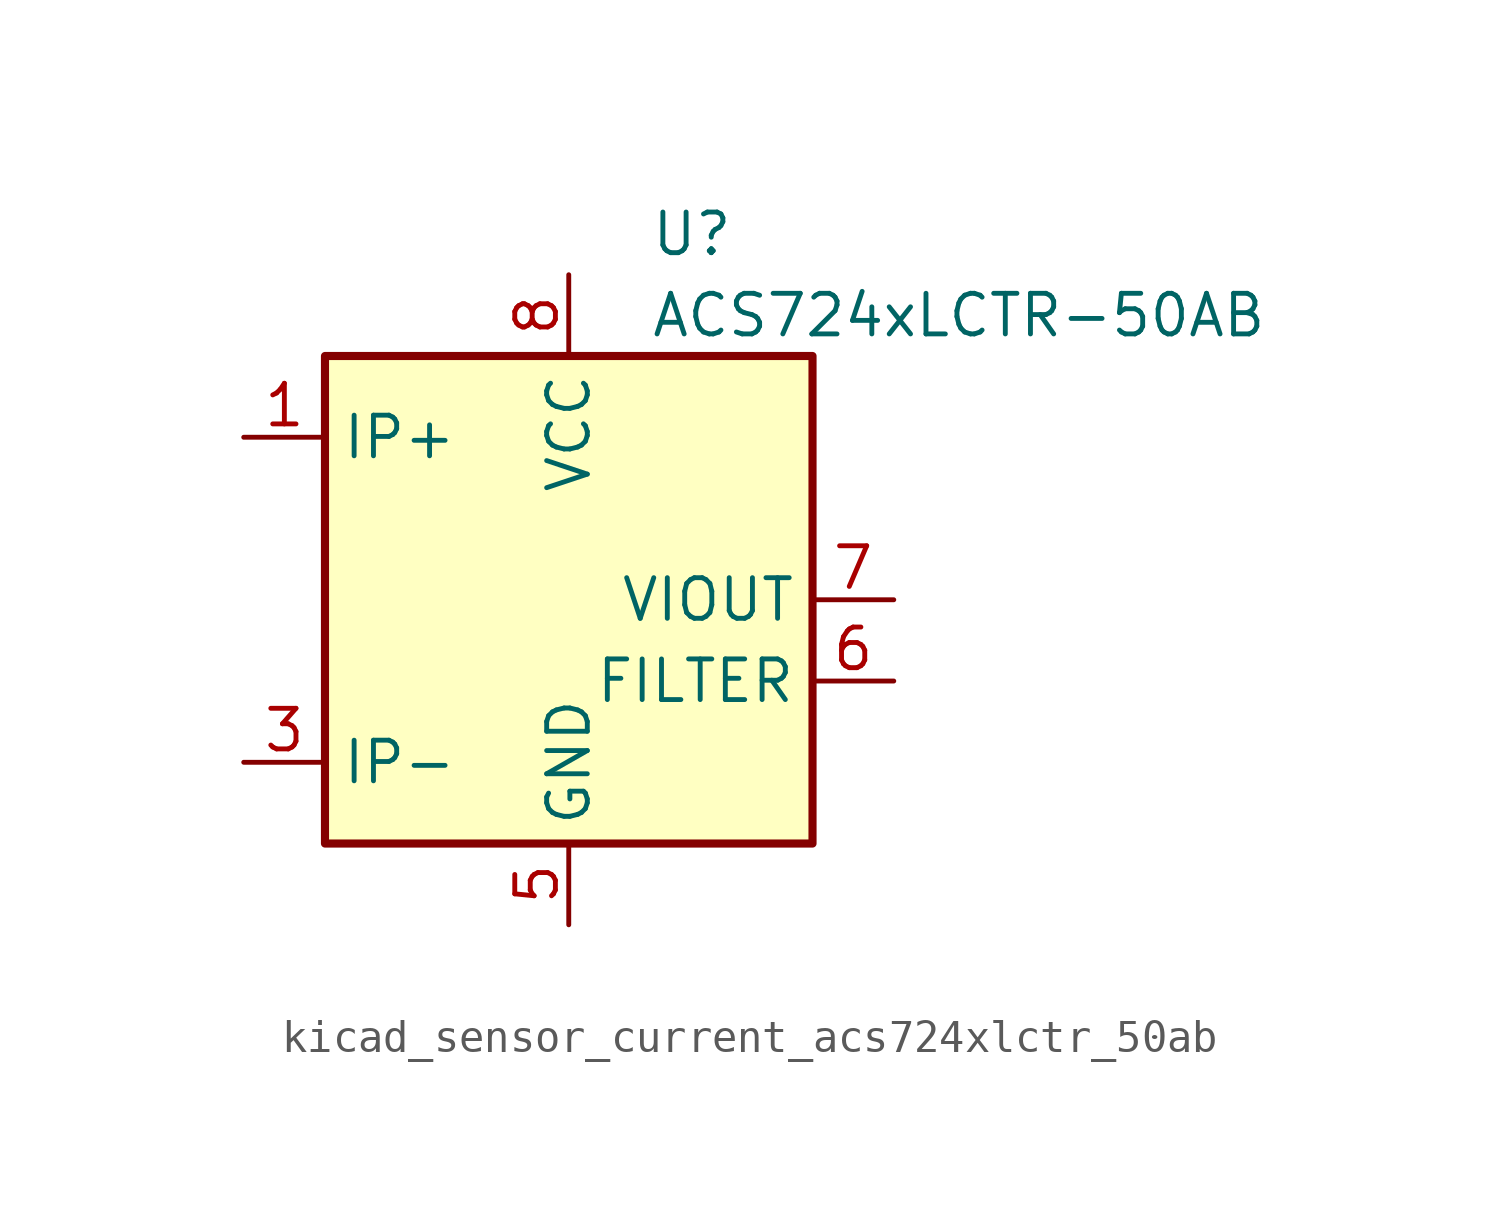
<source format=kicad_sym>
(kicad_symbol_lib
  (version 20220914)
  (generator kicad_symbol_editor)
  (symbol "kicad_sensor_current_acs724xlctr_50ab"
    (property "Reference" "U"
      (at 2.54 11.43 0)
      (effects (font (size 1.27 1.27)) (justify left)))
    (property "Value" "ACS724xLCTR-50AB"
      (at 2.54 8.89 0)
      (effects (font (size 1.27 1.27)) (justify left)))
    (symbol "kicad_sensor_current_acs724xlctr_50ab_0_1"
      (rectangle (start -7.62 7.62) (end 7.62 -7.62) (stroke (width 0.254) (type default)) (fill (type background))))
    (symbol "kicad_sensor_current_acs724xlctr_50ab_1_1"
      (pin passive line (at -10.16 5.08 0) (length 2.54) (name "IP+" (effects (font (size 1.27 1.27)))) (number "1" (effects (font (size 1.27 1.27)))))
      (pin passive line (at -10.16 5.08 0) (length 2.54) hide (name "IP+" (effects (font (size 1.27 1.27)))) (number "2" (effects (font (size 1.27 1.27)))))
      (pin passive line (at -10.16 -5.08 0) (length 2.54) (name "IP-" (effects (font (size 1.27 1.27)))) (number "3" (effects (font (size 1.27 1.27)))))
      (pin passive line (at -10.16 -5.08 0) (length 2.54) hide (name "IP-" (effects (font (size 1.27 1.27)))) (number "4" (effects (font (size 1.27 1.27)))))
      (pin power_in line (at 0 -10.16 90) (length 2.54) (name "GND" (effects (font (size 1.27 1.27)))) (number "5" (effects (font (size 1.27 1.27)))))
      (pin passive line (at 10.16 -2.54 180) (length 2.54) (name "FILTER" (effects (font (size 1.27 1.27)))) (number "6" (effects (font (size 1.27 1.27)))))
      (pin output line (at 10.16 0 180) (length 2.54) (name "VIOUT" (effects (font (size 1.27 1.27)))) (number "7" (effects (font (size 1.27 1.27)))))
      (pin power_in line (at 0 10.16 270) (length 2.54) (name "VCC" (effects (font (size 1.27 1.27)))) (number "8" (effects (font (size 1.27 1.27))))))))
</source>
